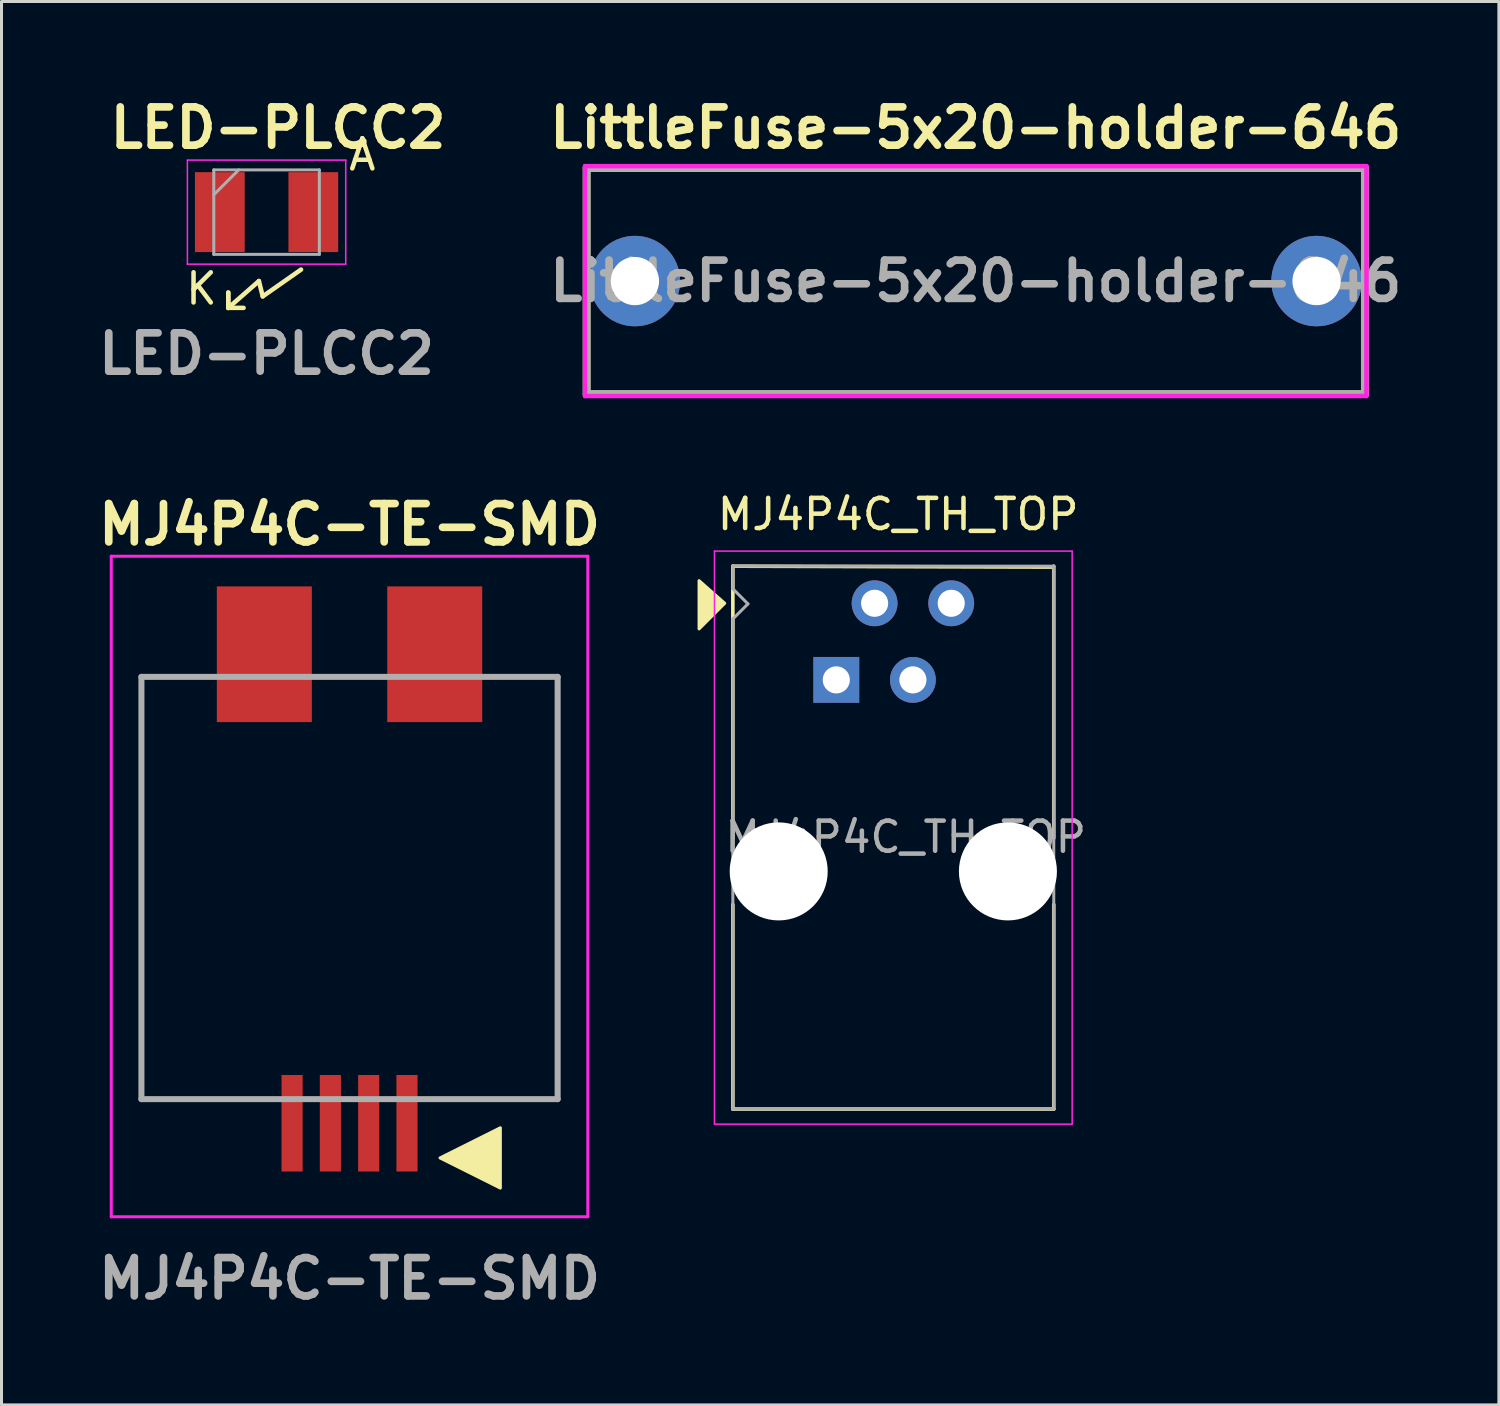
<source format=kicad_pcb>
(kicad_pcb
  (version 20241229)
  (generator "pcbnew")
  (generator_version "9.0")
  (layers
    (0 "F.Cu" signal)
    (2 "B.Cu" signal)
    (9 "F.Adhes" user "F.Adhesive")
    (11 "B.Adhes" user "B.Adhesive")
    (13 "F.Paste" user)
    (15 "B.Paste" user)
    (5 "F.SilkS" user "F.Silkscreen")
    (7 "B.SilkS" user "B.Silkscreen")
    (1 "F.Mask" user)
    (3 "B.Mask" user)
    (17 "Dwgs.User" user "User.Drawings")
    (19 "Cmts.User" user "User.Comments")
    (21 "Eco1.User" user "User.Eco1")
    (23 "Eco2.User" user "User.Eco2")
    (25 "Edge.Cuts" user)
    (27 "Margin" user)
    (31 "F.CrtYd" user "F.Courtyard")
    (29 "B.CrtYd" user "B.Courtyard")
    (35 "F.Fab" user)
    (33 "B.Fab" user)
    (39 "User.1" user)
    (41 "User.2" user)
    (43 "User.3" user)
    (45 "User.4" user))
  (footprint "LED-PLCC2"
    (layer "F.Cu")
    (at 5.788 3.983)
    (property "Reference" "LED-PLCC2" (at 0.381 -2.794 0) (layer "F.SilkS") (effects (font (size 1.27 1.27) (thickness 0.254))))
    (attr smd)
    (fp_line (start -1.27 2.667) (end -1.27 3.175) (stroke (width 0.15) (type solid)) (layer "F.SilkS"))
    (fp_line (start -1.27 3.175) (end -1.27 2.667) (stroke (width 0.15) (type solid)) (layer "F.SilkS"))
    (fp_line (start -1.27 3.175) (end -0.762 3.175) (stroke (width 0.15) (type solid)) (layer "F.SilkS"))
    (fp_line (start -0.254 2.286) (end -1.27 3.175) (stroke (width 0.15) (type solid)) (layer "F.SilkS"))
    (fp_line (start -0.127 2.794) (end -0.254 2.286) (stroke (width 0.15) (type solid)) (layer "F.SilkS"))
    (fp_line (start 1.143 1.905) (end -0.127 2.794) (stroke (width 0.15) (type solid)) (layer "F.SilkS"))
    (fp_line (start -2.625 -1.725) (end 2.625 -1.725) (stroke (width 0.05) (type solid)) (layer "F.CrtYd"))
    (fp_line (start -2.625 1.725) (end -2.625 -1.725) (stroke (width 0.05) (type solid)) (layer "F.CrtYd"))
    (fp_line (start 2.625 -1.725) (end 2.625 1.725) (stroke (width 0.05) (type solid)) (layer "F.CrtYd"))
    (fp_line (start 2.625 1.725) (end -2.625 1.725) (stroke (width 0.05) (type solid)) (layer "F.CrtYd"))
    (fp_line (start -1.75 -1.4) (end 1.75 -1.4) (stroke (width 0.1) (type solid)) (layer "F.Fab"))
    (fp_line (start -1.75 -0.575) (end -0.925 -1.4) (stroke (width 0.1) (type solid)) (layer "F.Fab"))
    (fp_line (start -1.75 1.4) (end -1.75 -1.4) (stroke (width 0.1) (type solid)) (layer "F.Fab"))
    (fp_line (start 1.75 -1.4) (end 1.75 1.4) (stroke (width 0.1) (type solid)) (layer "F.Fab"))
    (fp_line (start 1.75 1.4) (end -1.75 1.4) (stroke (width 0.1) (type solid)) (layer "F.Fab"))
    (fp_text user "K" (at -2.159 2.54 0) (layer "F.SilkS") (effects (font (size 1 1) (thickness 0.15))))
    (fp_text user "A" (at 3.175 -1.905 0) (layer "F.SilkS") (effects (font (size 1 1) (thickness 0.15))))
    (fp_text user "${REFERENCE}" (at 0 4.699 0) (layer "F.Fab") (effects (font (size 1.27 1.27) (thickness 0.254))))
    (pad "1" smd rect (at -1.55 0) (size 1.65 2.65) (layers "F.Cu" "F.Paste"))
    (pad "2" smd rect (at 1.55 0) (size 1.65 2.65) (layers "F.Cu" "F.Paste")))
  (footprint "LittleFuse-5x20-holder-646"
    (layer "F.Cu")
    (at 29.301 6.269)
    (property "Reference" "LittleFuse-5x20-holder-646" (at 0 -5.08 0) (layer "F.SilkS") (effects (font (size 1.27 1.27) (thickness 0.254))))
    (attr through_hole)
    (fp_line (start -12.9 -3.75) (end 12.9 -3.75) (stroke (width 0.254) (type solid)) (layer "F.SilkS"))
    (fp_line (start -12.9 3.75) (end -12.9 -3.75) (stroke (width 0.254) (type solid)) (layer "F.SilkS"))
    (fp_line (start 12.9 -3.75) (end 12.9 3.75) (stroke (width 0.254) (type solid)) (layer "F.SilkS"))
    (fp_line (start 12.9 3.75) (end -12.9 3.75) (stroke (width 0.254) (type solid)) (layer "F.SilkS"))
    (fp_line (start -12.954 -3.81) (end 12.954 -3.81) (stroke (width 0.15) (type solid)) (layer "F.CrtYd"))
    (fp_line (start -12.954 3.81) (end -12.954 -3.81) (stroke (width 0.15) (type solid)) (layer "F.CrtYd"))
    (fp_line (start 12.954 -3.81) (end 12.954 3.81) (stroke (width 0.15) (type solid)) (layer "F.CrtYd"))
    (fp_line (start 12.954 3.81) (end -12.954 3.81) (stroke (width 0.15) (type solid)) (layer "F.CrtYd"))
    (fp_line (start -12.9 -3.75) (end 12.9 -3.75) (stroke (width 0.254) (type solid)) (layer "F.Fab"))
    (fp_line (start -12.9 3.75) (end -12.9 -3.75) (stroke (width 0.254) (type solid)) (layer "F.Fab"))
    (fp_line (start 12.9 -3.75) (end 12.9 3.75) (stroke (width 0.254) (type solid)) (layer "F.Fab"))
    (fp_line (start 12.9 3.75) (end -12.9 3.75) (stroke (width 0.254) (type solid)) (layer "F.Fab"))
    (fp_text user "${REFERENCE}" (at 0 0 0) (layer "F.Fab") (effects (font (size 1.27 1.27) (thickness 0.254))))
    (pad "1" thru_hole circle (at -11.3 0) (size 3 3) (drill 1.6) (layers "*.Cu" "*.Mask"))
    (pad "2" thru_hole circle (at 11.3 0) (size 3 3) (drill 1.6) (layers "*.Cu" "*.Mask")))
  (footprint "MJ4P4C-TE-SMD"
    (layer "F.Cu")
    (at 8.539 26.342)
    (property "Reference" "MJ4P4C-TE-SMD" (at 0 -12 0) (layer "F.SilkS") (effects (font (size 1.27 1.27) (thickness 0.254))))
    (attr smd)
    (fp_line (start -6.9 -6.95) (end -6.9 -6.95) (stroke (width 0.1) (type solid)) (layer "F.SilkS"))
    (fp_line (start -6.9 -6.95) (end -6.9 7.05) (stroke (width 0.1) (type solid)) (layer "F.SilkS"))
    (fp_line (start -6.9 7.05) (end -3.81 7.05) (stroke (width 0.1) (type solid)) (layer "F.SilkS"))
    (fp_line (start -5.08 -6.95) (end -6.9 -6.95) (stroke (width 0.1) (type solid)) (layer "F.SilkS"))
    (fp_line (start 5.08 -6.95) (end 6.9 -6.95) (stroke (width 0.1) (type solid)) (layer "F.SilkS"))
    (fp_line (start 6.9 -6.95) (end 6.9 7.05) (stroke (width 0.1) (type solid)) (layer "F.SilkS"))
    (fp_line (start 6.9 7.05) (end 3.81 7.05) (stroke (width 0.1) (type solid)) (layer "F.SilkS"))
    (fp_poly (pts (xy 5 8) (xy 5 10) (xy 3 9)) (stroke (width 0.1) (type solid)) (fill yes) (layer "F.SilkS"))
    (fp_line (start -7.9 -10.95) (end 7.9 -10.95) (stroke (width 0.1) (type solid)) (layer "F.CrtYd"))
    (fp_line (start -7.9 10.95) (end -7.9 -10.95) (stroke (width 0.1) (type solid)) (layer "F.CrtYd"))
    (fp_line (start 7.9 -10.95) (end 7.9 10.95) (stroke (width 0.1) (type solid)) (layer "F.CrtYd"))
    (fp_line (start 7.9 10.95) (end -7.9 10.95) (stroke (width 0.1) (type solid)) (layer "F.CrtYd"))
    (fp_line (start -6.9 -6.95) (end 6.9 -6.95) (stroke (width 0.2) (type solid)) (layer "F.Fab"))
    (fp_line (start -6.9 7.05) (end -6.9 -6.95) (stroke (width 0.2) (type solid)) (layer "F.Fab"))
    (fp_line (start 6.9 -6.95) (end 6.9 7.05) (stroke (width 0.2) (type solid)) (layer "F.Fab"))
    (fp_line (start 6.9 7.05) (end -6.9 7.05) (stroke (width 0.2) (type solid)) (layer "F.Fab"))
    (fp_text user "${REFERENCE}" (at 0 13 0) (layer "F.Fab") (effects (font (size 1.27 1.27) (thickness 0.254))))
    (pad "1" smd rect (at 1.905 7.85) (size 0.7 3.2) (layers "F.Cu" "F.Mask" "F.Paste"))
    (pad "2" smd rect (at 0.635 7.85) (size 0.7 3.2) (layers "F.Cu" "F.Mask" "F.Paste"))
    (pad "3" smd rect (at -0.635 7.85) (size 0.7 3.2) (layers "F.Cu" "F.Mask" "F.Paste"))
    (pad "4" smd rect (at -1.905 7.85) (size 0.7 3.2) (layers "F.Cu" "F.Mask" "F.Paste"))
    (pad "5" smd rect (at 2.825 -7.7) (size 3.15 4.5) (layers "F.Cu" "F.Mask" "F.Paste"))
    (pad "6" smd rect (at -2.825 -7.7) (size 3.15 4.5) (layers "F.Cu" "F.Mask" "F.Paste")))
  (footprint "MJ4P4C_TH_TOP"
    (layer "F.Cu")
    (at 24.678 19.492)
    (property "Reference" "MJ4P4C_TH_TOP" (at 2.05 -5.49 0) (layer "F.SilkS") (effects (font (size 1 1) (thickness 0.15))))
    (attr through_hole)
    (fp_line (start -3.43 -3.77) (end 7.2 -3.74) (stroke (width 0.12) (type solid)) (layer "F.SilkS"))
    (fp_line (start -3.43 5.18) (end -3.43 5.25) (stroke (width 0.1) (type solid)) (layer "F.SilkS"))
    (fp_line (start -3.43 5.25) (end -3.43 -3.77) (stroke (width 0.12) (type solid)) (layer "F.SilkS"))
    (fp_line (start -3.43 14.23) (end -3.43 7.45) (stroke (width 0.12) (type solid)) (layer "F.SilkS"))
    (fp_line (start 7.21 -3.77) (end 7.21 5.25) (stroke (width 0.12) (type solid)) (layer "F.SilkS"))
    (fp_line (start 7.21 14.23) (end -3.43 14.23) (stroke (width 0.12) (type solid)) (layer "F.SilkS"))
    (fp_line (start 7.21 14.23) (end 7.21 7.45) (stroke (width 0.12) (type solid)) (layer "F.SilkS"))
    (fp_poly (pts (xy -3.7 -2.54) (xy -4.55 -1.69) (xy -4.55 -3.29)) (stroke (width 0.1) (type solid)) (fill yes) (layer "F.SilkS"))
    (fp_line (start -4.04 -4.27) (end 7.82 -4.27) (stroke (width 0.05) (type solid)) (layer "F.CrtYd"))
    (fp_line (start -4.04 14.73) (end -4.04 -4.27) (stroke (width 0.05) (type solid)) (layer "F.CrtYd"))
    (fp_line (start 7.82 -4.27) (end 7.82 14.73) (stroke (width 0.05) (type solid)) (layer "F.CrtYd"))
    (fp_line (start 7.82 14.73) (end -4.04 14.73) (stroke (width 0.05) (type solid)) (layer "F.CrtYd"))
    (fp_line (start -3.43 -3.77) (end 7.21 -3.77) (stroke (width 0.1) (type solid)) (layer "F.Fab"))
    (fp_line (start -3.43 -3.02) (end -3.43 -3.77) (stroke (width 0.1) (type solid)) (layer "F.Fab"))
    (fp_line (start -3.43 -2.02) (end -2.93 -2.52) (stroke (width 0.1) (type solid)) (layer "F.Fab"))
    (fp_line (start -3.43 14.23) (end -3.43 -2.02) (stroke (width 0.1) (type solid)) (layer "F.Fab"))
    (fp_line (start -2.93 -2.52) (end -3.43 -3.02) (stroke (width 0.1) (type solid)) (layer "F.Fab"))
    (fp_line (start 7.21 -3.77) (end 7.21 14.23) (stroke (width 0.1) (type solid)) (layer "F.Fab"))
    (fp_line (start 7.21 14.23) (end -3.43 14.23) (stroke (width 0.1) (type solid)) (layer "F.Fab"))
    (fp_text user "${REFERENCE}" (at 2.3 5.21 0) (layer "F.Fab") (effects (font (size 1 1) (thickness 0.15))))
    (pad "" np_thru_hole circle (at -1.91 6.35) (size 3.25 3.25) (drill 3.25) (layers "*.Cu" "*.Mask"))
    (pad "" np_thru_hole circle (at 5.69 6.35) (size 3.25 3.25) (drill 3.25) (layers "*.Cu" "*.Mask"))
    (pad "1" thru_hole rect (at 0 0) (size 1.52 1.52) (drill 0.9) (layers "*.Cu" "*.Mask"))
    (pad "2" thru_hole circle (at 1.27 -2.54) (size 1.52 1.52) (drill 0.9) (layers "*.Cu" "*.Mask"))
    (pad "3" thru_hole circle (at 2.54 0) (size 1.52 1.52) (drill 0.9) (layers "*.Cu" "*.Mask"))
    (pad "4" thru_hole circle (at 3.81 -2.54) (size 1.52 1.52) (drill 0.9) (layers "*.Cu" "*.Mask")))
  (gr_rect
    (start -3 -3)
    (end 46.646 43.531)
    (stroke (width 0.1) (type default))
    (fill no)
    (layer "Edge.Cuts")))
</source>
